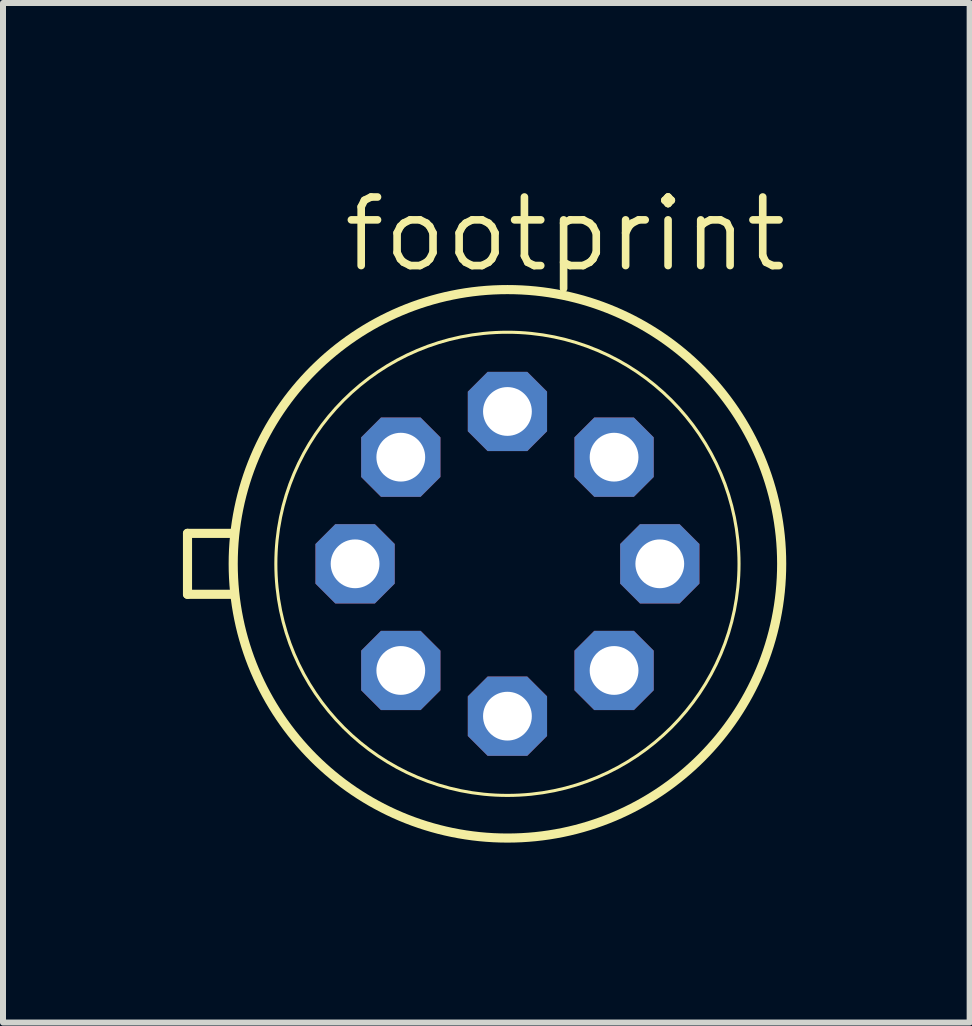
<source format=kicad_pcb>
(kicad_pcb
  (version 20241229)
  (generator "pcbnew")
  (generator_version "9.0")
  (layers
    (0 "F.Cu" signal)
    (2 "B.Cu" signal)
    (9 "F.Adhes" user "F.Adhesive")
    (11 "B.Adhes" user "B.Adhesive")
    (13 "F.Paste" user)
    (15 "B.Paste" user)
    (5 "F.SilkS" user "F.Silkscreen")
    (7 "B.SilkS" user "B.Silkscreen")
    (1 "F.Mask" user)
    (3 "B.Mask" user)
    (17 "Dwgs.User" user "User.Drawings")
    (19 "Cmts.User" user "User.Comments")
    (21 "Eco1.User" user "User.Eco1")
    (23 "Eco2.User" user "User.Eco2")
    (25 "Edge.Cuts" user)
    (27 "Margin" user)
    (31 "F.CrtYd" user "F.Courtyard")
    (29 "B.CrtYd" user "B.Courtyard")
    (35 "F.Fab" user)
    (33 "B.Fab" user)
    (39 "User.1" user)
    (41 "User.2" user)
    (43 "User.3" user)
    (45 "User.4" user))
  (footprint "footprint"
    (layer "F.Cu")
    (at 5.41 6.35)
    (property "Reference" "footprint" (at -2.794 -4.826 0) (layer "F.SilkS") (effects (font (size 1.143 1.143) (thickness 0.127)) (justify left bottom)))
    (fp_line (start -5.334 0.508) (end -5.334 -0.508) (stroke (width 0.152) (type solid)) (layer "F.SilkS"))
    (fp_line (start -5.334 0.508) (end -4.572 0.508) (stroke (width 0.152) (type solid)) (layer "F.SilkS"))
    (fp_line (start -4.572 -0.508) (end -5.334 -0.508) (stroke (width 0.152) (type solid)) (layer "F.SilkS"))
    (fp_circle (center 0 0) (end 3.861 0) (stroke (width 0.051) (type solid)) (fill no) (layer "F.SilkS"))
    (fp_circle (center 0 0) (end 4.572 0) (stroke (width 0.152) (type solid)) (fill no) (layer "F.SilkS"))
    (pad "1" thru_hole roundrect (at -1.778 1.778) (size 1.321 1.321) (drill 0.813) (layers "*.Cu" "*.Mask") (roundrect_rratio 0.25) (chamfer_ratio 0.25) (chamfer top_left top_right bottom_left bottom_right))
    (pad "2" thru_hole roundrect (at 0 2.54) (size 1.321 1.321) (drill 0.813) (layers "*.Cu" "*.Mask") (roundrect_rratio 0.25) (chamfer_ratio 0.25) (chamfer top_left top_right bottom_left bottom_right))
    (pad "3" thru_hole roundrect (at 1.778 1.778) (size 1.321 1.321) (drill 0.813) (layers "*.Cu" "*.Mask") (roundrect_rratio 0.25) (chamfer_ratio 0.25) (chamfer top_left top_right bottom_left bottom_right))
    (pad "4" thru_hole roundrect (at 2.54 0) (size 1.321 1.321) (drill 0.813) (layers "*.Cu" "*.Mask") (roundrect_rratio 0.25) (chamfer_ratio 0.25) (chamfer top_left top_right bottom_left bottom_right))
    (pad "5" thru_hole roundrect (at 1.778 -1.778) (size 1.321 1.321) (drill 0.813) (layers "*.Cu" "*.Mask") (roundrect_rratio 0.25) (chamfer_ratio 0.25) (chamfer top_left top_right bottom_left bottom_right))
    (pad "6" thru_hole roundrect (at 0 -2.54) (size 1.321 1.321) (drill 0.813) (layers "*.Cu" "*.Mask") (roundrect_rratio 0.25) (chamfer_ratio 0.25) (chamfer top_left top_right bottom_left bottom_right))
    (pad "7" thru_hole roundrect (at -1.778 -1.778) (size 1.321 1.321) (drill 0.813) (layers "*.Cu" "*.Mask") (roundrect_rratio 0.25) (chamfer_ratio 0.25) (chamfer top_left top_right bottom_left bottom_right))
    (pad "8" thru_hole roundrect (at -2.54 0) (size 1.321 1.321) (drill 0.813) (layers "*.Cu" "*.Mask") (roundrect_rratio 0.25) (chamfer_ratio 0.25) (chamfer top_left top_right bottom_left bottom_right)))
  (gr_rect
    (start -3 -3)
    (end 13.116 13.998)
    (stroke (width 0.1) (type default))
    (fill no)
    (layer "Edge.Cuts")))
</source>
